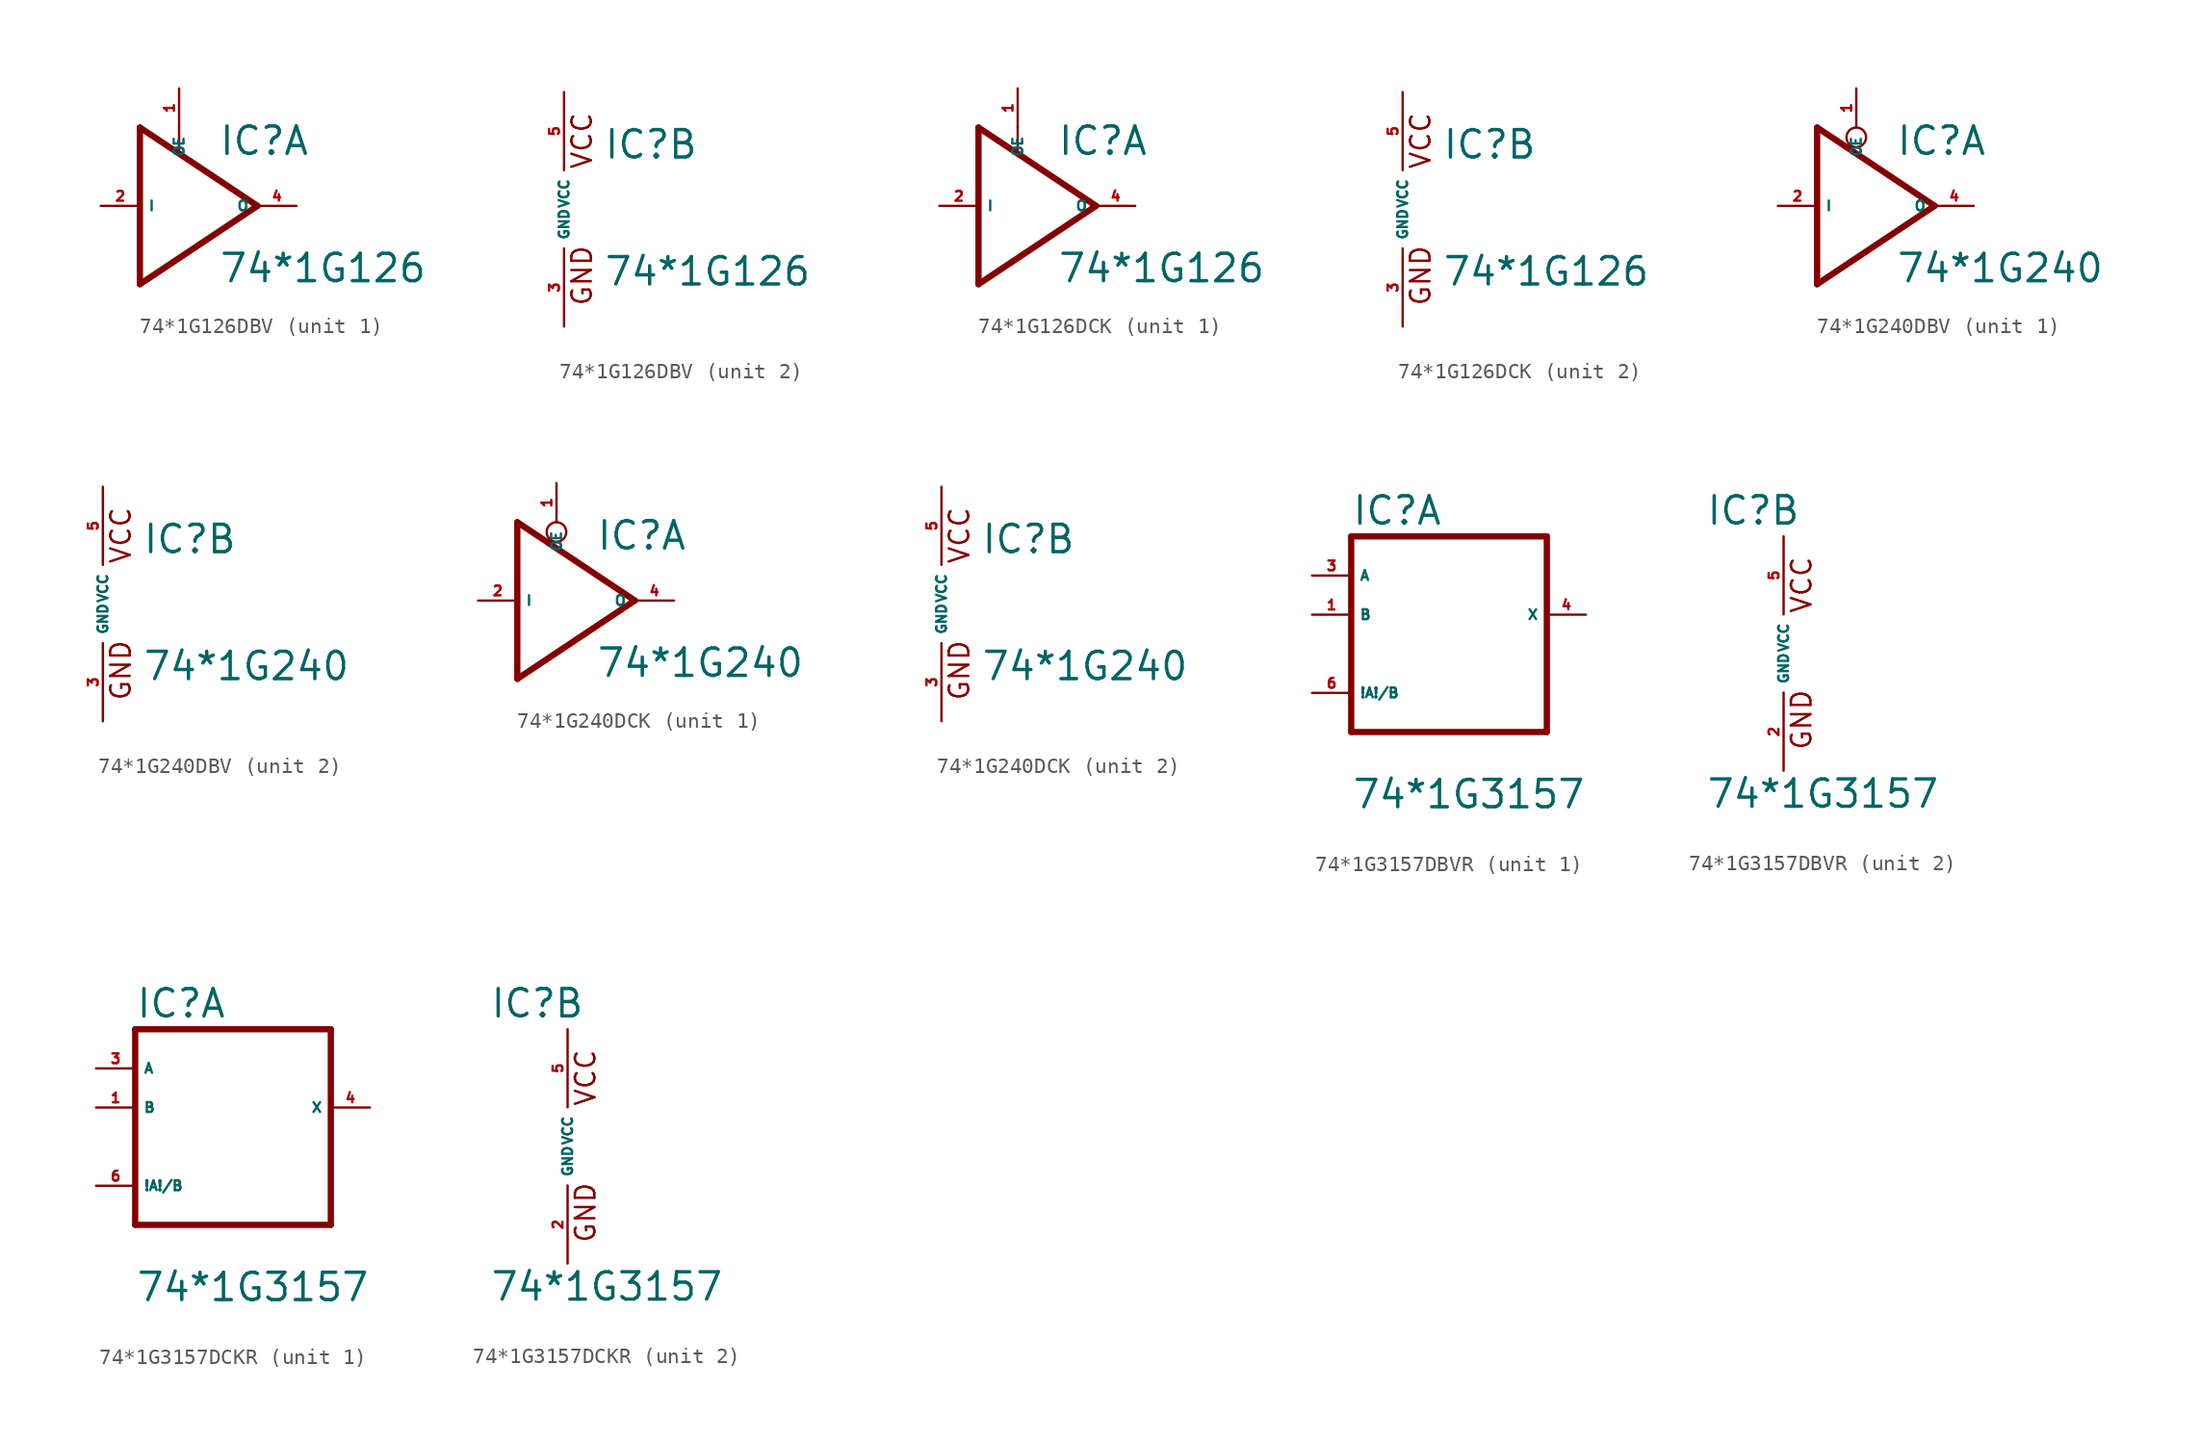
<source format=kicad_sym>
(kicad_symbol_lib
  (version 20220914)
  (generator Eagle2Kicad)
  (symbol "74*1G126DBV"
    (property "Reference" "IC"
      (at 2.54 3.175 0)
      (effects (font (size 1.778 1.778) (thickness 0.22)) (justify left bottom)))
    (property "Value" "74*1G126"
      (at 2.54 -5.08 0)
      (effects (font (size 1.778 1.778) (thickness 0.22)) (justify left bottom)))
    (symbol "74*1G126DBV_1_0"
      (polyline (pts (xy -2.54 -5.08) (xy -2.54 5.08)) (stroke (width 0.406) (type default)) (fill (type none)))
      (polyline (pts (xy 0 5.08) (xy 0 3.556)) (stroke (width 0.152) (type default)) (fill (type none)))
      (polyline (pts (xy 5.08 0) (xy -2.54 5.08)) (stroke (width 0.406) (type default)) (fill (type none)))
      (polyline (pts (xy 5.08 0) (xy -2.54 -5.08)) (stroke (width 0.406) (type default)) (fill (type none)))
      (pin input line (at 0 7.62 270) (length 2.54) (name "OE" (effects (font (size 0.635 0.635) (thickness 0.08)) (justify left bottom))) (number "1" (effects (font (size 0.635 0.635) (thickness 0.08)) (justify left bottom))))
      (pin input line (at -5.08 0 0) (length 2.54) (name "I" (effects (font (size 0.635 0.635) (thickness 0.08)) (justify left bottom))) (number "2" (effects (font (size 0.635 0.635) (thickness 0.08)) (justify left bottom))))
      (pin output line (at 7.62 0 180) (length 2.54) (name "O" (effects (font (size 0.635 0.635) (thickness 0.08)) (justify left bottom))) (number "4" (effects (font (size 0.635 0.635) (thickness 0.08)) (justify left bottom)))))
    (symbol "74*1G126DBV_2_0"
      (text "GND" (at 1.905 -6.35 900) (effects (font (size 1.27 1.27) (thickness 0.16)) (justify left bottom)))
      (text "VCC" (at 1.905 2.54 900) (effects (font (size 1.27 1.27) (thickness 0.16)) (justify left bottom)))
      (pin unspecified line (at 0 -7.62 90) (length 5.08) (name "GND" (effects (font (size 0.635 0.635) (thickness 0.08)) (justify left bottom))) (number "3" (effects (font (size 0.635 0.635) (thickness 0.08)) (justify left bottom))))
      (pin unspecified line (at 0 7.62 270) (length 5.08) (name "VCC" (effects (font (size 0.635 0.635) (thickness 0.08)) (justify left bottom))) (number "5" (effects (font (size 0.635 0.635) (thickness 0.08)) (justify left bottom))))))
  (symbol "74*1G126DCK"
    (property "Reference" "IC"
      (at 2.54 3.175 0)
      (effects (font (size 1.778 1.778) (thickness 0.22)) (justify left bottom)))
    (property "Value" "74*1G126"
      (at 2.54 -5.08 0)
      (effects (font (size 1.778 1.778) (thickness 0.22)) (justify left bottom)))
    (symbol "74*1G126DCK_1_0"
      (polyline (pts (xy -2.54 -5.08) (xy -2.54 5.08)) (stroke (width 0.406) (type default)) (fill (type none)))
      (polyline (pts (xy 0 5.08) (xy 0 3.556)) (stroke (width 0.152) (type default)) (fill (type none)))
      (polyline (pts (xy 5.08 0) (xy -2.54 5.08)) (stroke (width 0.406) (type default)) (fill (type none)))
      (polyline (pts (xy 5.08 0) (xy -2.54 -5.08)) (stroke (width 0.406) (type default)) (fill (type none)))
      (pin input line (at 0 7.62 270) (length 2.54) (name "OE" (effects (font (size 0.635 0.635) (thickness 0.08)) (justify left bottom))) (number "1" (effects (font (size 0.635 0.635) (thickness 0.08)) (justify left bottom))))
      (pin input line (at -5.08 0 0) (length 2.54) (name "I" (effects (font (size 0.635 0.635) (thickness 0.08)) (justify left bottom))) (number "2" (effects (font (size 0.635 0.635) (thickness 0.08)) (justify left bottom))))
      (pin output line (at 7.62 0 180) (length 2.54) (name "O" (effects (font (size 0.635 0.635) (thickness 0.08)) (justify left bottom))) (number "4" (effects (font (size 0.635 0.635) (thickness 0.08)) (justify left bottom)))))
    (symbol "74*1G126DCK_2_0"
      (text "GND" (at 1.905 -6.35 900) (effects (font (size 1.27 1.27) (thickness 0.16)) (justify left bottom)))
      (text "VCC" (at 1.905 2.54 900) (effects (font (size 1.27 1.27) (thickness 0.16)) (justify left bottom)))
      (pin unspecified line (at 0 -7.62 90) (length 5.08) (name "GND" (effects (font (size 0.635 0.635) (thickness 0.08)) (justify left bottom))) (number "3" (effects (font (size 0.635 0.635) (thickness 0.08)) (justify left bottom))))
      (pin unspecified line (at 0 7.62 270) (length 5.08) (name "VCC" (effects (font (size 0.635 0.635) (thickness 0.08)) (justify left bottom))) (number "5" (effects (font (size 0.635 0.635) (thickness 0.08)) (justify left bottom))))))
  (symbol "74*1G240DBV"
    (property "Reference" "IC"
      (at 2.54 3.175 0)
      (effects (font (size 1.778 1.778) (thickness 0.22)) (justify left bottom)))
    (property "Value" "74*1G240"
      (at 2.54 -5.08 0)
      (effects (font (size 1.778 1.778) (thickness 0.22)) (justify left bottom)))
    (symbol "74*1G240DBV_1_0"
      (polyline (pts (xy 5.08 0) (xy -2.54 5.08)) (stroke (width 0.406) (type default)) (fill (type none)))
      (polyline (pts (xy 5.08 0) (xy -2.54 -5.08)) (stroke (width 0.406) (type default)) (fill (type none)))
      (polyline (pts (xy -2.54 -5.08) (xy -2.54 5.08)) (stroke (width 0.406) (type default)) (fill (type none)))
      (circle (center 0 4.445) (radius 0.635) (stroke (width 0.152) (type default)) (fill (type none)))
      (pin input line (at 0 7.62 270) (length 2.54) (name "OE" (effects (font (size 0.635 0.635) (thickness 0.08)) (justify left bottom))) (number "1" (effects (font (size 0.635 0.635) (thickness 0.08)) (justify left bottom))))
      (pin input line (at -5.08 0 0) (length 2.54) (name "I" (effects (font (size 0.635 0.635) (thickness 0.08)) (justify left bottom))) (number "2" (effects (font (size 0.635 0.635) (thickness 0.08)) (justify left bottom))))
      (pin tri_state line (at 7.62 0 180) (length 2.54) (name "O" (effects (font (size 0.635 0.635) (thickness 0.08)) (justify left bottom))) (number "4" (effects (font (size 0.635 0.635) (thickness 0.08)) (justify left bottom)))))
    (symbol "74*1G240DBV_2_0"
      (text "GND" (at 1.905 -6.35 900) (effects (font (size 1.27 1.27) (thickness 0.16)) (justify left bottom)))
      (text "VCC" (at 1.905 2.54 900) (effects (font (size 1.27 1.27) (thickness 0.16)) (justify left bottom)))
      (pin unspecified line (at 0 -7.62 90) (length 5.08) (name "GND" (effects (font (size 0.635 0.635) (thickness 0.08)) (justify left bottom))) (number "3" (effects (font (size 0.635 0.635) (thickness 0.08)) (justify left bottom))))
      (pin unspecified line (at 0 7.62 270) (length 5.08) (name "VCC" (effects (font (size 0.635 0.635) (thickness 0.08)) (justify left bottom))) (number "5" (effects (font (size 0.635 0.635) (thickness 0.08)) (justify left bottom))))))
  (symbol "74*1G240DCK"
    (property "Reference" "IC"
      (at 2.54 3.175 0)
      (effects (font (size 1.778 1.778) (thickness 0.22)) (justify left bottom)))
    (property "Value" "74*1G240"
      (at 2.54 -5.08 0)
      (effects (font (size 1.778 1.778) (thickness 0.22)) (justify left bottom)))
    (symbol "74*1G240DCK_1_0"
      (polyline (pts (xy 5.08 0) (xy -2.54 5.08)) (stroke (width 0.406) (type default)) (fill (type none)))
      (polyline (pts (xy 5.08 0) (xy -2.54 -5.08)) (stroke (width 0.406) (type default)) (fill (type none)))
      (polyline (pts (xy -2.54 -5.08) (xy -2.54 5.08)) (stroke (width 0.406) (type default)) (fill (type none)))
      (circle (center 0 4.445) (radius 0.635) (stroke (width 0.152) (type default)) (fill (type none)))
      (pin input line (at 0 7.62 270) (length 2.54) (name "OE" (effects (font (size 0.635 0.635) (thickness 0.08)) (justify left bottom))) (number "1" (effects (font (size 0.635 0.635) (thickness 0.08)) (justify left bottom))))
      (pin input line (at -5.08 0 0) (length 2.54) (name "I" (effects (font (size 0.635 0.635) (thickness 0.08)) (justify left bottom))) (number "2" (effects (font (size 0.635 0.635) (thickness 0.08)) (justify left bottom))))
      (pin tri_state line (at 7.62 0 180) (length 2.54) (name "O" (effects (font (size 0.635 0.635) (thickness 0.08)) (justify left bottom))) (number "4" (effects (font (size 0.635 0.635) (thickness 0.08)) (justify left bottom)))))
    (symbol "74*1G240DCK_2_0"
      (text "GND" (at 1.905 -6.35 900) (effects (font (size 1.27 1.27) (thickness 0.16)) (justify left bottom)))
      (text "VCC" (at 1.905 2.54 900) (effects (font (size 1.27 1.27) (thickness 0.16)) (justify left bottom)))
      (pin unspecified line (at 0 -7.62 90) (length 5.08) (name "GND" (effects (font (size 0.635 0.635) (thickness 0.08)) (justify left bottom))) (number "3" (effects (font (size 0.635 0.635) (thickness 0.08)) (justify left bottom))))
      (pin unspecified line (at 0 7.62 270) (length 5.08) (name "VCC" (effects (font (size 0.635 0.635) (thickness 0.08)) (justify left bottom))) (number "5" (effects (font (size 0.635 0.635) (thickness 0.08)) (justify left bottom))))))
  (symbol "74*1G3157DBVR"
    (property "Reference" "IC"
      (at -5.08 8.255 0)
      (effects (font (size 1.778 1.778) (thickness 0.22)) (justify left bottom)))
    (property "Value" "74*1G3157"
      (at -5.08 -10.16 0)
      (effects (font (size 1.778 1.778) (thickness 0.22)) (justify left bottom)))
    (symbol "74*1G3157DBVR_1_0"
      (polyline (pts (xy -5.08 -5.08) (xy 7.62 -5.08)) (stroke (width 0.406) (type default)) (fill (type none)))
      (polyline (pts (xy 7.62 -5.08) (xy 7.62 7.62)) (stroke (width 0.406) (type default)) (fill (type none)))
      (polyline (pts (xy 7.62 7.62) (xy -5.08 7.62)) (stroke (width 0.406) (type default)) (fill (type none)))
      (polyline (pts (xy -5.08 7.62) (xy -5.08 -5.08)) (stroke (width 0.406) (type default)) (fill (type none)))
      (pin input line (at -7.62 -2.54 0) (length 2.54) (name "!A!/B" (effects (font (size 0.635 0.635) (thickness 0.08)) (justify left bottom))) (number "6" (effects (font (size 0.635 0.635) (thickness 0.08)) (justify left bottom))))
      (pin bidirectional line (at -7.62 5.08 0) (length 2.54) (name "A" (effects (font (size 0.635 0.635) (thickness 0.08)) (justify left bottom))) (number "3" (effects (font (size 0.635 0.635) (thickness 0.08)) (justify left bottom))))
      (pin bidirectional line (at -7.62 2.54 0) (length 2.54) (name "B" (effects (font (size 0.635 0.635) (thickness 0.08)) (justify left bottom))) (number "1" (effects (font (size 0.635 0.635) (thickness 0.08)) (justify left bottom))))
      (pin bidirectional line (at 10.16 2.54 180) (length 2.54) (name "X" (effects (font (size 0.635 0.635) (thickness 0.08)) (justify left bottom))) (number "4" (effects (font (size 0.635 0.635) (thickness 0.08)) (justify left bottom)))))
    (symbol "74*1G3157DBVR_2_0"
      (text "GND" (at 1.905 -6.35 900) (effects (font (size 1.27 1.27) (thickness 0.16)) (justify left bottom)))
      (text "VCC" (at 1.905 2.54 900) (effects (font (size 1.27 1.27) (thickness 0.16)) (justify left bottom)))
      (pin unspecified line (at 0 -7.62 90) (length 5.08) (name "GND" (effects (font (size 0.635 0.635) (thickness 0.08)) (justify left bottom))) (number "2" (effects (font (size 0.635 0.635) (thickness 0.08)) (justify left bottom))))
      (pin unspecified line (at 0 7.62 270) (length 5.08) (name "VCC" (effects (font (size 0.635 0.635) (thickness 0.08)) (justify left bottom))) (number "5" (effects (font (size 0.635 0.635) (thickness 0.08)) (justify left bottom))))))
  (symbol "74*1G3157DCKR"
    (property "Reference" "IC"
      (at -5.08 8.255 0)
      (effects (font (size 1.778 1.778) (thickness 0.22)) (justify left bottom)))
    (property "Value" "74*1G3157"
      (at -5.08 -10.16 0)
      (effects (font (size 1.778 1.778) (thickness 0.22)) (justify left bottom)))
    (symbol "74*1G3157DCKR_1_0"
      (polyline (pts (xy -5.08 -5.08) (xy 7.62 -5.08)) (stroke (width 0.406) (type default)) (fill (type none)))
      (polyline (pts (xy 7.62 -5.08) (xy 7.62 7.62)) (stroke (width 0.406) (type default)) (fill (type none)))
      (polyline (pts (xy 7.62 7.62) (xy -5.08 7.62)) (stroke (width 0.406) (type default)) (fill (type none)))
      (polyline (pts (xy -5.08 7.62) (xy -5.08 -5.08)) (stroke (width 0.406) (type default)) (fill (type none)))
      (pin input line (at -7.62 -2.54 0) (length 2.54) (name "!A!/B" (effects (font (size 0.635 0.635) (thickness 0.08)) (justify left bottom))) (number "6" (effects (font (size 0.635 0.635) (thickness 0.08)) (justify left bottom))))
      (pin bidirectional line (at -7.62 5.08 0) (length 2.54) (name "A" (effects (font (size 0.635 0.635) (thickness 0.08)) (justify left bottom))) (number "3" (effects (font (size 0.635 0.635) (thickness 0.08)) (justify left bottom))))
      (pin bidirectional line (at -7.62 2.54 0) (length 2.54) (name "B" (effects (font (size 0.635 0.635) (thickness 0.08)) (justify left bottom))) (number "1" (effects (font (size 0.635 0.635) (thickness 0.08)) (justify left bottom))))
      (pin bidirectional line (at 10.16 2.54 180) (length 2.54) (name "X" (effects (font (size 0.635 0.635) (thickness 0.08)) (justify left bottom))) (number "4" (effects (font (size 0.635 0.635) (thickness 0.08)) (justify left bottom)))))
    (symbol "74*1G3157DCKR_2_0"
      (text "GND" (at 1.905 -6.35 900) (effects (font (size 1.27 1.27) (thickness 0.16)) (justify left bottom)))
      (text "VCC" (at 1.905 2.54 900) (effects (font (size 1.27 1.27) (thickness 0.16)) (justify left bottom)))
      (pin unspecified line (at 0 -7.62 90) (length 5.08) (name "GND" (effects (font (size 0.635 0.635) (thickness 0.08)) (justify left bottom))) (number "2" (effects (font (size 0.635 0.635) (thickness 0.08)) (justify left bottom))))
      (pin unspecified line (at 0 7.62 270) (length 5.08) (name "VCC" (effects (font (size 0.635 0.635) (thickness 0.08)) (justify left bottom))) (number "5" (effects (font (size 0.635 0.635) (thickness 0.08)) (justify left bottom)))))))
</source>
